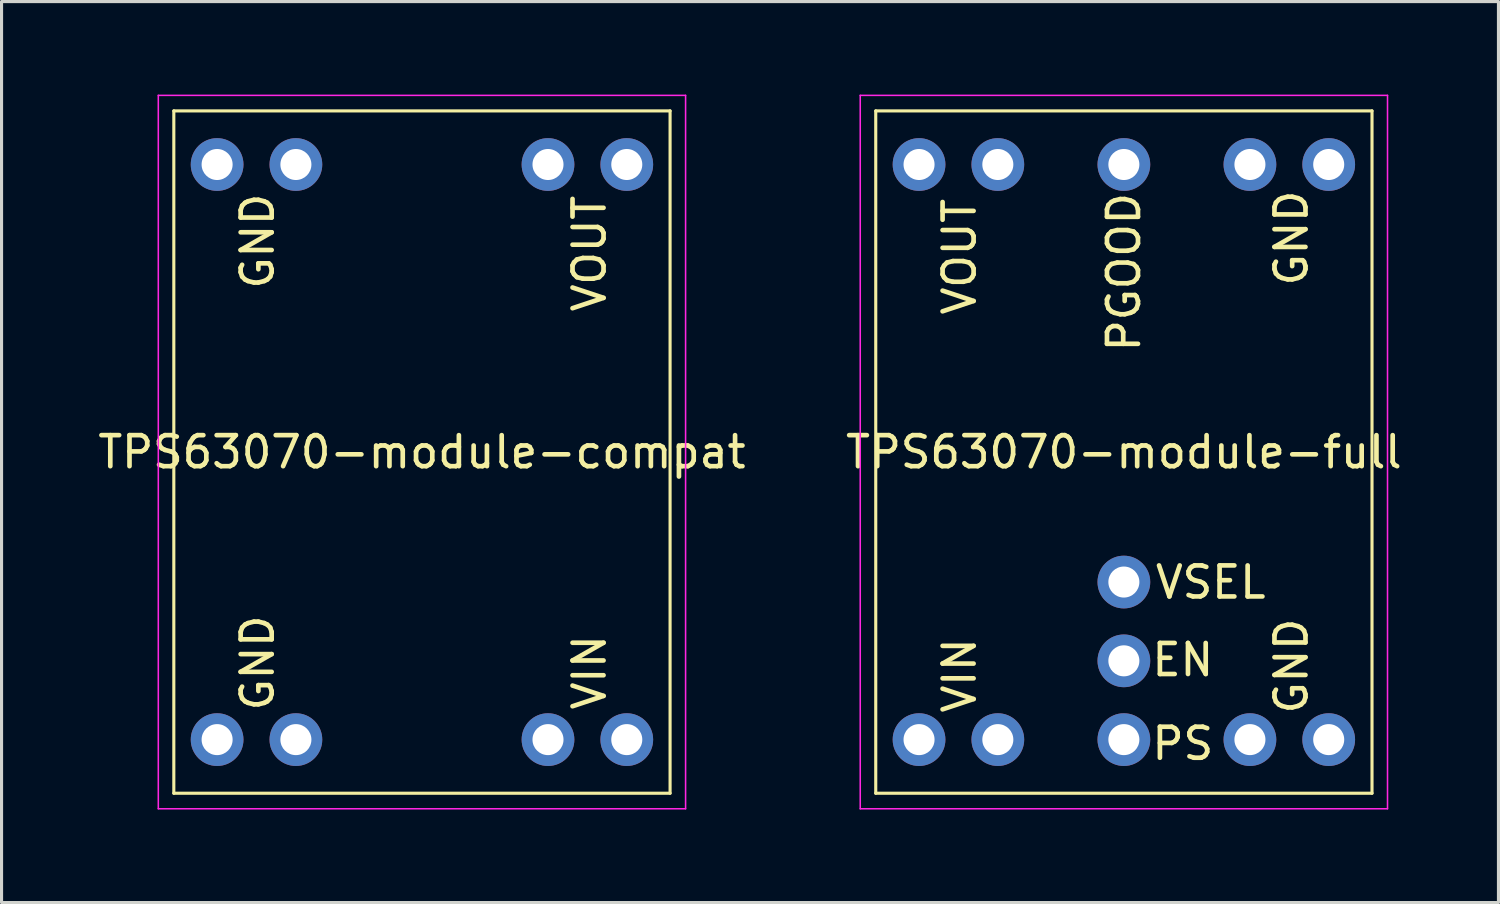
<source format=kicad_pcb>
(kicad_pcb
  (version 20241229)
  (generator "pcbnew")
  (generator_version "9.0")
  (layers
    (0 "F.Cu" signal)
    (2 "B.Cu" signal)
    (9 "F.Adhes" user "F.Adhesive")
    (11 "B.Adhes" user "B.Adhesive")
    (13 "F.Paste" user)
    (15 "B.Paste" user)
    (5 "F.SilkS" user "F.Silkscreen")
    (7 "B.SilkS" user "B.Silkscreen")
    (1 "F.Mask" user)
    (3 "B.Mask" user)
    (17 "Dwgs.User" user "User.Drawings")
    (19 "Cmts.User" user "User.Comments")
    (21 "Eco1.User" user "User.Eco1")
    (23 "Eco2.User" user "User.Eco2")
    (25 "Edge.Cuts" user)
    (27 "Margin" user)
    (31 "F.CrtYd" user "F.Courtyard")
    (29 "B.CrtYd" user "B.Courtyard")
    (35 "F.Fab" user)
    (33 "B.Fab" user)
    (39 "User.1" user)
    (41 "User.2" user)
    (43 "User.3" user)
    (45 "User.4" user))
  (footprint "TPS63070-module-compat"
    (layer "F.Cu")
    (at 10.554 11.525)
    (property "Reference" "TPS63070-module-compat" (at 0 0 0) (layer "F.SilkS") (effects (font (size 1 1) (thickness 0.15))))
    (attr through_hole)
    (fp_line (start -8 -11) (end 8 -11) (stroke (width 0.1) (type solid)) (layer "F.SilkS"))
    (fp_line (start -8 11) (end -8 -11) (stroke (width 0.1) (type solid)) (layer "F.SilkS"))
    (fp_line (start 8 -11) (end 8 11) (stroke (width 0.1) (type solid)) (layer "F.SilkS"))
    (fp_line (start 8 11) (end -8 11) (stroke (width 0.1) (type solid)) (layer "F.SilkS"))
    (fp_line (start -8.5 -11.5) (end -8.5 11.5) (stroke (width 0.05) (type solid)) (layer "F.CrtYd"))
    (fp_line (start -8.5 11.5) (end 8.5 11.5) (stroke (width 0.05) (type solid)) (layer "F.CrtYd"))
    (fp_line (start 8.5 -11.5) (end -8.5 -11.5) (stroke (width 0.05) (type solid)) (layer "F.CrtYd"))
    (fp_line (start 8.5 11.5) (end 8.5 -11.5) (stroke (width 0.05) (type solid)) (layer "F.CrtYd"))
    (fp_text user "VOUT" (at 5.4 -6.4 90) (layer "F.SilkS") (effects (font (size 1 1) (thickness 0.15))))
    (fp_text user "VIN" (at 5.4 7.1 90) (layer "F.SilkS") (effects (font (size 1 1) (thickness 0.15))))
    (fp_text user "GND" (at -5.3 -6.8 90) (layer "F.SilkS") (effects (font (size 1 1) (thickness 0.15))))
    (fp_text user "GND" (at -5.3 6.8 90) (layer "F.SilkS") (effects (font (size 1 1) (thickness 0.15))))
    (pad "1" thru_hole circle (at 4.064 9.271) (size 1.7 1.7) (drill 1) (layers "*.Cu" "*.Mask"))
    (pad "1" thru_hole circle (at 6.604 9.271) (size 1.7 1.7) (drill 1) (layers "*.Cu" "*.Mask"))
    (pad "2" thru_hole circle (at -6.604 9.271) (size 1.7 1.7) (drill 1) (layers "*.Cu" "*.Mask"))
    (pad "2" thru_hole circle (at -4.064 9.271) (size 1.7 1.7) (drill 1) (layers "*.Cu" "*.Mask"))
    (pad "3" thru_hole circle (at 4.064 -9.271) (size 1.7 1.7) (drill 1) (layers "*.Cu" "*.Mask"))
    (pad "3" thru_hole circle (at 6.604 -9.271) (size 1.7 1.7) (drill 1) (layers "*.Cu" "*.Mask"))
    (pad "4" thru_hole circle (at -6.604 -9.271) (size 1.7 1.7) (drill 1) (layers "*.Cu" "*.Mask"))
    (pad "4" thru_hole circle (at -4.064 -9.271) (size 1.7 1.7) (drill 1) (layers "*.Cu" "*.Mask")))
  (footprint "TPS63070-module-full"
    (layer "F.Cu")
    (at 33.185 11.525)
    (property "Reference" "TPS63070-module-full" (at 0 0 0) (layer "F.SilkS") (effects (font (size 1 1) (thickness 0.15))))
    (attr through_hole)
    (fp_line (start -8 -11) (end 8 -11) (stroke (width 0.1) (type solid)) (layer "F.SilkS"))
    (fp_line (start -8 11) (end -8 -11) (stroke (width 0.1) (type solid)) (layer "F.SilkS"))
    (fp_line (start 8 -11) (end 8 11) (stroke (width 0.1) (type solid)) (layer "F.SilkS"))
    (fp_line (start 8 11) (end -8 11) (stroke (width 0.1) (type solid)) (layer "F.SilkS"))
    (fp_line (start -8.5 -11.5) (end -8.5 11.5) (stroke (width 0.05) (type solid)) (layer "F.CrtYd"))
    (fp_line (start -8.5 11.5) (end 8.5 11.5) (stroke (width 0.05) (type solid)) (layer "F.CrtYd"))
    (fp_line (start 8.5 -11.5) (end -8.5 -11.5) (stroke (width 0.05) (type solid)) (layer "F.CrtYd"))
    (fp_line (start 8.5 11.5) (end 8.5 -11.5) (stroke (width 0.05) (type solid)) (layer "F.CrtYd"))
    (fp_text user "VSEL" (at 2.8 4.2 0) (layer "F.SilkS") (effects (font (size 1 1) (thickness 0.15))))
    (fp_text user "GND" (at 5.4 6.9 90) (layer "F.SilkS") (effects (font (size 1 1) (thickness 0.15))))
    (fp_text user "PS" (at 1.9 9.4 0) (layer "F.SilkS") (effects (font (size 1 1) (thickness 0.15))))
    (fp_text user "PGOOD" (at 0 -5.8 270) (layer "F.SilkS") (effects (font (size 1 1) (thickness 0.15))))
    (fp_text user "VIN" (at -5.3 7.2 90) (layer "F.SilkS") (effects (font (size 1 1) (thickness 0.15))))
    (fp_text user "EN" (at 1.9 6.7 0) (layer "F.SilkS") (effects (font (size 1 1) (thickness 0.15))))
    (fp_text user "VOUT" (at -5.3 -6.3 90) (layer "F.SilkS") (effects (font (size 1 1) (thickness 0.15))))
    (fp_text user "GND" (at 5.4 -6.9 90) (layer "F.SilkS") (effects (font (size 1 1) (thickness 0.15))))
    (pad "1" thru_hole circle (at -6.604 9.271) (size 1.7 1.7) (drill 1) (layers "*.Cu" "*.Mask"))
    (pad "1" thru_hole circle (at -4.064 9.271) (size 1.7 1.7) (drill 1) (layers "*.Cu" "*.Mask"))
    (pad "2" thru_hole circle (at 4.064 9.271) (size 1.7 1.7) (drill 1) (layers "*.Cu" "*.Mask"))
    (pad "2" thru_hole circle (at 6.604 9.271) (size 1.7 1.7) (drill 1) (layers "*.Cu" "*.Mask"))
    (pad "3" thru_hole circle (at -6.604 -9.271) (size 1.7 1.7) (drill 1) (layers "*.Cu" "*.Mask"))
    (pad "3" thru_hole circle (at -4.064 -9.271) (size 1.7 1.7) (drill 1) (layers "*.Cu" "*.Mask"))
    (pad "4" thru_hole circle (at 4.064 -9.271) (size 1.7 1.7) (drill 1) (layers "*.Cu" "*.Mask"))
    (pad "4" thru_hole circle (at 6.604 -9.271) (size 1.7 1.7) (drill 1) (layers "*.Cu" "*.Mask"))
    (pad "5" thru_hole circle (at 0 -9.271) (size 1.7 1.7) (drill 1) (layers "*.Cu" "*.Mask"))
    (pad "6" thru_hole circle (at 0 9.271) (size 1.7 1.7) (drill 1) (layers "*.Cu" "*.Mask"))
    (pad "7" thru_hole circle (at 0 6.731) (size 1.7 1.7) (drill 1) (layers "*.Cu" "*.Mask"))
    (pad "8" thru_hole circle (at 0 4.191) (size 1.7 1.7) (drill 1) (layers "*.Cu" "*.Mask")))
  (gr_rect
    (start -3 -3)
    (end 45.262 26.05)
    (stroke (width 0.1) (type default))
    (fill no)
    (layer "Edge.Cuts")))
</source>
